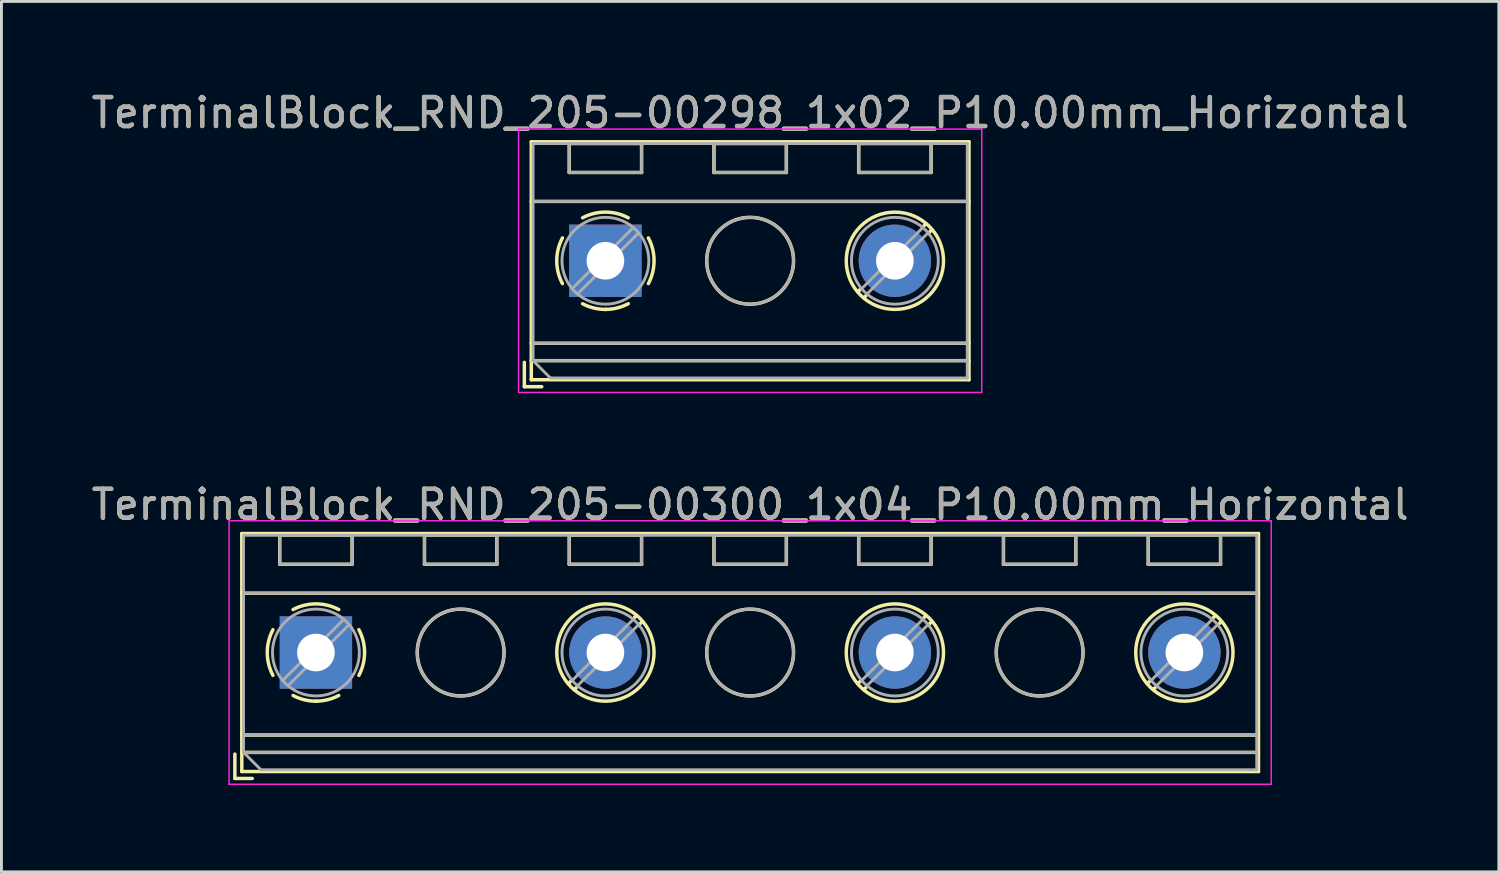
<source format=kicad_pcb>
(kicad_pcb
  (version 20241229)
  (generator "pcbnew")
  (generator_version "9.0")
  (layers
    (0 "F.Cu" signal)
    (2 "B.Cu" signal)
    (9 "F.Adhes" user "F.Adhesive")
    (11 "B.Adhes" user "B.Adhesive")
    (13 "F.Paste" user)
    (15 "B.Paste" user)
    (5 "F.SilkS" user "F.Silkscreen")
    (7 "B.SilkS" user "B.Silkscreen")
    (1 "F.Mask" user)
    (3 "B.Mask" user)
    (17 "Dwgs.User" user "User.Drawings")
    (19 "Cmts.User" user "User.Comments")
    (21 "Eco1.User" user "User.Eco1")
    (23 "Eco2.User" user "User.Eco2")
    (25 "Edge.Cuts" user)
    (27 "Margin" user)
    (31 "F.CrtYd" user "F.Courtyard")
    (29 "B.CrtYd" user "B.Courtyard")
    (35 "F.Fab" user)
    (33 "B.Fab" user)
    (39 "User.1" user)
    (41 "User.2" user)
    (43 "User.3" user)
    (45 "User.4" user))
  (footprint "TerminalBlock_RND_205-00298_1x02_P10.00mm_Horizontal"
    (layer "F.Cu")
    (at 17.863 5.958)
    (property "Reference" "TerminalBlock_RND_205-00298_1x02_P10.00mm_Horizontal" (at 5 -5.11 0) (layer "F.SilkS") (effects (font (size 1 1) (thickness 0.15))))
    (attr through_hole)
    (fp_line (start -2.8 3.51) (end -2.8 4.35) (stroke (width 0.12) (type solid)) (layer "F.SilkS"))
    (fp_line (start -2.8 4.35) (end -2.2 4.35) (stroke (width 0.12) (type solid)) (layer "F.SilkS"))
    (fp_line (start -2.56 -4.11) (end -2.56 4.11) (stroke (width 0.12) (type solid)) (layer "F.SilkS"))
    (fp_line (start -2.56 -4.11) (end 12.56 -4.11) (stroke (width 0.12) (type solid)) (layer "F.SilkS"))
    (fp_line (start -2.56 -2.05) (end 12.56 -2.05) (stroke (width 0.12) (type solid)) (layer "F.SilkS"))
    (fp_line (start -2.56 2.85) (end 12.56 2.85) (stroke (width 0.12) (type solid)) (layer "F.SilkS"))
    (fp_line (start -2.56 3.45) (end 12.56 3.45) (stroke (width 0.12) (type solid)) (layer "F.SilkS"))
    (fp_line (start -2.56 4.11) (end 12.56 4.11) (stroke (width 0.12) (type solid)) (layer "F.SilkS"))
    (fp_line (start -1.25 -4.05) (end -1.25 -3.05) (stroke (width 0.12) (type solid)) (layer "F.SilkS"))
    (fp_line (start -1.25 -4.05) (end 1.25 -4.05) (stroke (width 0.12) (type solid)) (layer "F.SilkS"))
    (fp_line (start -1.25 -3.05) (end 1.25 -3.05) (stroke (width 0.12) (type solid)) (layer "F.SilkS"))
    (fp_line (start 1.25 -4.05) (end 1.25 -3.05) (stroke (width 0.12) (type solid)) (layer "F.SilkS"))
    (fp_line (start 3.75 -4.05) (end 3.75 -3.05) (stroke (width 0.12) (type solid)) (layer "F.SilkS"))
    (fp_line (start 3.75 -4.05) (end 6.25 -4.05) (stroke (width 0.12) (type solid)) (layer "F.SilkS"))
    (fp_line (start 3.75 -3.05) (end 6.25 -3.05) (stroke (width 0.12) (type solid)) (layer "F.SilkS"))
    (fp_line (start 6.25 -4.05) (end 6.25 -3.05) (stroke (width 0.12) (type solid)) (layer "F.SilkS"))
    (fp_line (start 8.75 -4.05) (end 8.75 -3.05) (stroke (width 0.12) (type solid)) (layer "F.SilkS"))
    (fp_line (start 8.75 -4.05) (end 11.25 -4.05) (stroke (width 0.12) (type solid)) (layer "F.SilkS"))
    (fp_line (start 8.75 -3.05) (end 11.25 -3.05) (stroke (width 0.12) (type solid)) (layer "F.SilkS"))
    (fp_line (start 8.82 0.976) (end 8.726 1.069) (stroke (width 0.12) (type solid)) (layer "F.SilkS"))
    (fp_line (start 8.99 1.216) (end 8.931 1.274) (stroke (width 0.12) (type solid)) (layer "F.SilkS"))
    (fp_line (start 11.07 -1.275) (end 11.011 -1.216) (stroke (width 0.12) (type solid)) (layer "F.SilkS"))
    (fp_line (start 11.25 -4.05) (end 11.25 -3.05) (stroke (width 0.12) (type solid)) (layer "F.SilkS"))
    (fp_line (start 11.275 -1.069) (end 11.181 -0.976) (stroke (width 0.12) (type solid)) (layer "F.SilkS"))
    (fp_line (start 12.56 -4.11) (end 12.56 4.11) (stroke (width 0.12) (type solid)) (layer "F.SilkS"))
    (fp_arc (start -1.483953 0.789089) (mid -1.680708 0.00005) (end -1.484 -0.789) (stroke (width 0.12) (type solid)) (layer "F.SilkS"))
    (fp_arc (start -0.789089 -1.483953) (mid -0.00005 -1.680708) (end 0.789 -1.484) (stroke (width 0.12) (type solid)) (layer "F.SilkS"))
    (fp_arc (start 0.029383 1.68045) (mid -0.392304 1.634281) (end -0.789 1.484) (stroke (width 0.12) (type solid)) (layer "F.SilkS"))
    (fp_arc (start 0.788712 1.483352) (mid 0.406429 1.630097) (end 0 1.68) (stroke (width 0.12) (type solid)) (layer "F.SilkS"))
    (fp_arc (start 1.483953 -0.789089) (mid 1.680708 -0.00005) (end 1.484 0.789) (stroke (width 0.12) (type solid)) (layer "F.SilkS"))
    (fp_circle (center 5 0) (end 6.5 0) (stroke (width 0.12) (type solid)) (fill no) (layer "F.SilkS"))
    (fp_circle (center 10 0) (end 11.68 0) (stroke (width 0.12) (type solid)) (fill no) (layer "F.SilkS"))
    (fp_line (start -3 -4.55) (end -3 4.55) (stroke (width 0.05) (type solid)) (layer "F.CrtYd"))
    (fp_line (start -3 4.55) (end 13 4.55) (stroke (width 0.05) (type solid)) (layer "F.CrtYd"))
    (fp_line (start 13 -4.55) (end -3 -4.55) (stroke (width 0.05) (type solid)) (layer "F.CrtYd"))
    (fp_line (start 13 4.55) (end 13 -4.55) (stroke (width 0.05) (type solid)) (layer "F.CrtYd"))
    (fp_line (start -2.5 -4.05) (end 12.5 -4.05) (stroke (width 0.1) (type solid)) (layer "F.Fab"))
    (fp_line (start -2.5 -2.05) (end 12.5 -2.05) (stroke (width 0.1) (type solid)) (layer "F.Fab"))
    (fp_line (start -2.5 2.85) (end 12.5 2.85) (stroke (width 0.1) (type solid)) (layer "F.Fab"))
    (fp_line (start -2.5 3.45) (end -2.5 -4.05) (stroke (width 0.1) (type solid)) (layer "F.Fab"))
    (fp_line (start -2.5 3.45) (end 12.5 3.45) (stroke (width 0.1) (type solid)) (layer "F.Fab"))
    (fp_line (start -1.9 4.05) (end -2.5 3.45) (stroke (width 0.1) (type solid)) (layer "F.Fab"))
    (fp_line (start -1.25 -4.05) (end -1.25 -3.05) (stroke (width 0.1) (type solid)) (layer "F.Fab"))
    (fp_line (start -1.25 -3.05) (end 1.25 -3.05) (stroke (width 0.1) (type solid)) (layer "F.Fab"))
    (fp_line (start 0.955 -1.138) (end -1.138 0.955) (stroke (width 0.1) (type solid)) (layer "F.Fab"))
    (fp_line (start 1.138 -0.955) (end -0.955 1.138) (stroke (width 0.1) (type solid)) (layer "F.Fab"))
    (fp_line (start 1.25 -4.05) (end -1.25 -4.05) (stroke (width 0.1) (type solid)) (layer "F.Fab"))
    (fp_line (start 1.25 -3.05) (end 1.25 -4.05) (stroke (width 0.1) (type solid)) (layer "F.Fab"))
    (fp_line (start 3.75 -4.05) (end 3.75 -3.05) (stroke (width 0.1) (type solid)) (layer "F.Fab"))
    (fp_line (start 3.75 -3.05) (end 6.25 -3.05) (stroke (width 0.1) (type solid)) (layer "F.Fab"))
    (fp_line (start 6.25 -4.05) (end 3.75 -4.05) (stroke (width 0.1) (type solid)) (layer "F.Fab"))
    (fp_line (start 6.25 -3.05) (end 6.25 -4.05) (stroke (width 0.1) (type solid)) (layer "F.Fab"))
    (fp_line (start 8.75 -4.05) (end 8.75 -3.05) (stroke (width 0.1) (type solid)) (layer "F.Fab"))
    (fp_line (start 8.75 -3.05) (end 11.25 -3.05) (stroke (width 0.1) (type solid)) (layer "F.Fab"))
    (fp_line (start 10.955 -1.138) (end 8.863 0.955) (stroke (width 0.1) (type solid)) (layer "F.Fab"))
    (fp_line (start 11.138 -0.955) (end 9.046 1.138) (stroke (width 0.1) (type solid)) (layer "F.Fab"))
    (fp_line (start 11.25 -4.05) (end 8.75 -4.05) (stroke (width 0.1) (type solid)) (layer "F.Fab"))
    (fp_line (start 11.25 -3.05) (end 11.25 -4.05) (stroke (width 0.1) (type solid)) (layer "F.Fab"))
    (fp_line (start 12.5 -4.05) (end 12.5 4.05) (stroke (width 0.1) (type solid)) (layer "F.Fab"))
    (fp_line (start 12.5 4.05) (end -1.9 4.05) (stroke (width 0.1) (type solid)) (layer "F.Fab"))
    (fp_circle (center 0 0) (end 1.5 0) (stroke (width 0.1) (type solid)) (fill no) (layer "F.Fab"))
    (fp_circle (center 5 0) (end 6.5 0) (stroke (width 0.1) (type solid)) (fill no) (layer "F.Fab"))
    (fp_circle (center 10 0) (end 11.5 0) (stroke (width 0.1) (type solid)) (fill no) (layer "F.Fab"))
    (fp_text user "${REFERENCE}" (at 5 -5.11 0) (layer "F.Fab") (effects (font (size 1 1) (thickness 0.15))))
    (pad "1" thru_hole rect (at 0 0) (size 2.5 2.5) (drill 1.3) (layers "*.Cu" "*.Mask"))
    (pad "2" thru_hole circle (at 10 0) (size 2.5 2.5) (drill 1.3) (layers "*.Cu" "*.Mask")))
  (footprint "TerminalBlock_RND_205-00300_1x04_P10.00mm_Horizontal"
    (layer "F.Cu")
    (at 7.863 19.491)
    (property "Reference" "TerminalBlock_RND_205-00300_1x04_P10.00mm_Horizontal" (at 15 -5.11 0) (layer "F.SilkS") (effects (font (size 1 1) (thickness 0.15))))
    (attr through_hole)
    (fp_line (start -2.8 3.51) (end -2.8 4.35) (stroke (width 0.12) (type solid)) (layer "F.SilkS"))
    (fp_line (start -2.8 4.35) (end -2.2 4.35) (stroke (width 0.12) (type solid)) (layer "F.SilkS"))
    (fp_line (start -2.56 -4.11) (end -2.56 4.11) (stroke (width 0.12) (type solid)) (layer "F.SilkS"))
    (fp_line (start -2.56 -4.11) (end 32.56 -4.11) (stroke (width 0.12) (type solid)) (layer "F.SilkS"))
    (fp_line (start -2.56 -2.05) (end 32.56 -2.05) (stroke (width 0.12) (type solid)) (layer "F.SilkS"))
    (fp_line (start -2.56 2.85) (end 32.56 2.85) (stroke (width 0.12) (type solid)) (layer "F.SilkS"))
    (fp_line (start -2.56 3.45) (end 32.56 3.45) (stroke (width 0.12) (type solid)) (layer "F.SilkS"))
    (fp_line (start -2.56 4.11) (end 32.56 4.11) (stroke (width 0.12) (type solid)) (layer "F.SilkS"))
    (fp_line (start -1.25 -4.05) (end -1.25 -3.05) (stroke (width 0.12) (type solid)) (layer "F.SilkS"))
    (fp_line (start -1.25 -4.05) (end 1.25 -4.05) (stroke (width 0.12) (type solid)) (layer "F.SilkS"))
    (fp_line (start -1.25 -3.05) (end 1.25 -3.05) (stroke (width 0.12) (type solid)) (layer "F.SilkS"))
    (fp_line (start 1.25 -4.05) (end 1.25 -3.05) (stroke (width 0.12) (type solid)) (layer "F.SilkS"))
    (fp_line (start 3.75 -4.05) (end 3.75 -3.05) (stroke (width 0.12) (type solid)) (layer "F.SilkS"))
    (fp_line (start 3.75 -4.05) (end 6.25 -4.05) (stroke (width 0.12) (type solid)) (layer "F.SilkS"))
    (fp_line (start 3.75 -3.05) (end 6.25 -3.05) (stroke (width 0.12) (type solid)) (layer "F.SilkS"))
    (fp_line (start 6.25 -4.05) (end 6.25 -3.05) (stroke (width 0.12) (type solid)) (layer "F.SilkS"))
    (fp_line (start 8.75 -4.05) (end 8.75 -3.05) (stroke (width 0.12) (type solid)) (layer "F.SilkS"))
    (fp_line (start 8.75 -4.05) (end 11.25 -4.05) (stroke (width 0.12) (type solid)) (layer "F.SilkS"))
    (fp_line (start 8.75 -3.05) (end 11.25 -3.05) (stroke (width 0.12) (type solid)) (layer "F.SilkS"))
    (fp_line (start 8.82 0.976) (end 8.726 1.069) (stroke (width 0.12) (type solid)) (layer "F.SilkS"))
    (fp_line (start 8.99 1.216) (end 8.931 1.274) (stroke (width 0.12) (type solid)) (layer "F.SilkS"))
    (fp_line (start 11.07 -1.275) (end 11.011 -1.216) (stroke (width 0.12) (type solid)) (layer "F.SilkS"))
    (fp_line (start 11.25 -4.05) (end 11.25 -3.05) (stroke (width 0.12) (type solid)) (layer "F.SilkS"))
    (fp_line (start 11.275 -1.069) (end 11.181 -0.976) (stroke (width 0.12) (type solid)) (layer "F.SilkS"))
    (fp_line (start 13.75 -4.05) (end 13.75 -3.05) (stroke (width 0.12) (type solid)) (layer "F.SilkS"))
    (fp_line (start 13.75 -4.05) (end 16.25 -4.05) (stroke (width 0.12) (type solid)) (layer "F.SilkS"))
    (fp_line (start 13.75 -3.05) (end 16.25 -3.05) (stroke (width 0.12) (type solid)) (layer "F.SilkS"))
    (fp_line (start 16.25 -4.05) (end 16.25 -3.05) (stroke (width 0.12) (type solid)) (layer "F.SilkS"))
    (fp_line (start 18.75 -4.05) (end 18.75 -3.05) (stroke (width 0.12) (type solid)) (layer "F.SilkS"))
    (fp_line (start 18.75 -4.05) (end 21.25 -4.05) (stroke (width 0.12) (type solid)) (layer "F.SilkS"))
    (fp_line (start 18.75 -3.05) (end 21.25 -3.05) (stroke (width 0.12) (type solid)) (layer "F.SilkS"))
    (fp_line (start 18.82 0.976) (end 18.726 1.069) (stroke (width 0.12) (type solid)) (layer "F.SilkS"))
    (fp_line (start 18.99 1.216) (end 18.931 1.274) (stroke (width 0.12) (type solid)) (layer "F.SilkS"))
    (fp_line (start 21.07 -1.275) (end 21.011 -1.216) (stroke (width 0.12) (type solid)) (layer "F.SilkS"))
    (fp_line (start 21.25 -4.05) (end 21.25 -3.05) (stroke (width 0.12) (type solid)) (layer "F.SilkS"))
    (fp_line (start 21.275 -1.069) (end 21.181 -0.976) (stroke (width 0.12) (type solid)) (layer "F.SilkS"))
    (fp_line (start 23.75 -4.05) (end 23.75 -3.05) (stroke (width 0.12) (type solid)) (layer "F.SilkS"))
    (fp_line (start 23.75 -4.05) (end 26.25 -4.05) (stroke (width 0.12) (type solid)) (layer "F.SilkS"))
    (fp_line (start 23.75 -3.05) (end 26.25 -3.05) (stroke (width 0.12) (type solid)) (layer "F.SilkS"))
    (fp_line (start 26.25 -4.05) (end 26.25 -3.05) (stroke (width 0.12) (type solid)) (layer "F.SilkS"))
    (fp_line (start 28.75 -4.05) (end 28.75 -3.05) (stroke (width 0.12) (type solid)) (layer "F.SilkS"))
    (fp_line (start 28.75 -4.05) (end 31.25 -4.05) (stroke (width 0.12) (type solid)) (layer "F.SilkS"))
    (fp_line (start 28.75 -3.05) (end 31.25 -3.05) (stroke (width 0.12) (type solid)) (layer "F.SilkS"))
    (fp_line (start 28.82 0.976) (end 28.726 1.069) (stroke (width 0.12) (type solid)) (layer "F.SilkS"))
    (fp_line (start 28.99 1.216) (end 28.931 1.274) (stroke (width 0.12) (type solid)) (layer "F.SilkS"))
    (fp_line (start 31.07 -1.275) (end 31.011 -1.216) (stroke (width 0.12) (type solid)) (layer "F.SilkS"))
    (fp_line (start 31.25 -4.05) (end 31.25 -3.05) (stroke (width 0.12) (type solid)) (layer "F.SilkS"))
    (fp_line (start 31.275 -1.069) (end 31.181 -0.976) (stroke (width 0.12) (type solid)) (layer "F.SilkS"))
    (fp_line (start 32.56 -4.11) (end 32.56 4.11) (stroke (width 0.12) (type solid)) (layer "F.SilkS"))
    (fp_arc (start -1.483953 0.789089) (mid -1.680708 0.00005) (end -1.484 -0.789) (stroke (width 0.12) (type solid)) (layer "F.SilkS"))
    (fp_arc (start -0.789089 -1.483953) (mid -0.00005 -1.680708) (end 0.789 -1.484) (stroke (width 0.12) (type solid)) (layer "F.SilkS"))
    (fp_arc (start 0.029383 1.68045) (mid -0.392304 1.634281) (end -0.789 1.484) (stroke (width 0.12) (type solid)) (layer "F.SilkS"))
    (fp_arc (start 0.788712 1.483352) (mid 0.406429 1.630097) (end 0 1.68) (stroke (width 0.12) (type solid)) (layer "F.SilkS"))
    (fp_arc (start 1.483953 -0.789089) (mid 1.680708 -0.00005) (end 1.484 0.789) (stroke (width 0.12) (type solid)) (layer "F.SilkS"))
    (fp_circle (center 5 0) (end 6.5 0) (stroke (width 0.12) (type solid)) (fill no) (layer "F.SilkS"))
    (fp_circle (center 10 0) (end 11.68 0) (stroke (width 0.12) (type solid)) (fill no) (layer "F.SilkS"))
    (fp_circle (center 15 0) (end 16.5 0) (stroke (width 0.12) (type solid)) (fill no) (layer "F.SilkS"))
    (fp_circle (center 20 0) (end 21.68 0) (stroke (width 0.12) (type solid)) (fill no) (layer "F.SilkS"))
    (fp_circle (center 25 0) (end 26.5 0) (stroke (width 0.12) (type solid)) (fill no) (layer "F.SilkS"))
    (fp_circle (center 30 0) (end 31.68 0) (stroke (width 0.12) (type solid)) (fill no) (layer "F.SilkS"))
    (fp_line (start -3 -4.55) (end -3 4.55) (stroke (width 0.05) (type solid)) (layer "F.CrtYd"))
    (fp_line (start -3 4.55) (end 33 4.55) (stroke (width 0.05) (type solid)) (layer "F.CrtYd"))
    (fp_line (start 33 -4.55) (end -3 -4.55) (stroke (width 0.05) (type solid)) (layer "F.CrtYd"))
    (fp_line (start 33 4.55) (end 33 -4.55) (stroke (width 0.05) (type solid)) (layer "F.CrtYd"))
    (fp_line (start -2.5 -4.05) (end 32.5 -4.05) (stroke (width 0.1) (type solid)) (layer "F.Fab"))
    (fp_line (start -2.5 -2.05) (end 32.5 -2.05) (stroke (width 0.1) (type solid)) (layer "F.Fab"))
    (fp_line (start -2.5 2.85) (end 32.5 2.85) (stroke (width 0.1) (type solid)) (layer "F.Fab"))
    (fp_line (start -2.5 3.45) (end -2.5 -4.05) (stroke (width 0.1) (type solid)) (layer "F.Fab"))
    (fp_line (start -2.5 3.45) (end 32.5 3.45) (stroke (width 0.1) (type solid)) (layer "F.Fab"))
    (fp_line (start -1.9 4.05) (end -2.5 3.45) (stroke (width 0.1) (type solid)) (layer "F.Fab"))
    (fp_line (start -1.25 -4.05) (end -1.25 -3.05) (stroke (width 0.1) (type solid)) (layer "F.Fab"))
    (fp_line (start -1.25 -3.05) (end 1.25 -3.05) (stroke (width 0.1) (type solid)) (layer "F.Fab"))
    (fp_line (start 0.955 -1.138) (end -1.138 0.955) (stroke (width 0.1) (type solid)) (layer "F.Fab"))
    (fp_line (start 1.138 -0.955) (end -0.955 1.138) (stroke (width 0.1) (type solid)) (layer "F.Fab"))
    (fp_line (start 1.25 -4.05) (end -1.25 -4.05) (stroke (width 0.1) (type solid)) (layer "F.Fab"))
    (fp_line (start 1.25 -3.05) (end 1.25 -4.05) (stroke (width 0.1) (type solid)) (layer "F.Fab"))
    (fp_line (start 3.75 -4.05) (end 3.75 -3.05) (stroke (width 0.1) (type solid)) (layer "F.Fab"))
    (fp_line (start 3.75 -3.05) (end 6.25 -3.05) (stroke (width 0.1) (type solid)) (layer "F.Fab"))
    (fp_line (start 6.25 -4.05) (end 3.75 -4.05) (stroke (width 0.1) (type solid)) (layer "F.Fab"))
    (fp_line (start 6.25 -3.05) (end 6.25 -4.05) (stroke (width 0.1) (type solid)) (layer "F.Fab"))
    (fp_line (start 8.75 -4.05) (end 8.75 -3.05) (stroke (width 0.1) (type solid)) (layer "F.Fab"))
    (fp_line (start 8.75 -3.05) (end 11.25 -3.05) (stroke (width 0.1) (type solid)) (layer "F.Fab"))
    (fp_line (start 10.955 -1.138) (end 8.863 0.955) (stroke (width 0.1) (type solid)) (layer "F.Fab"))
    (fp_line (start 11.138 -0.955) (end 9.046 1.138) (stroke (width 0.1) (type solid)) (layer "F.Fab"))
    (fp_line (start 11.25 -4.05) (end 8.75 -4.05) (stroke (width 0.1) (type solid)) (layer "F.Fab"))
    (fp_line (start 11.25 -3.05) (end 11.25 -4.05) (stroke (width 0.1) (type solid)) (layer "F.Fab"))
    (fp_line (start 13.75 -4.05) (end 13.75 -3.05) (stroke (width 0.1) (type solid)) (layer "F.Fab"))
    (fp_line (start 13.75 -3.05) (end 16.25 -3.05) (stroke (width 0.1) (type solid)) (layer "F.Fab"))
    (fp_line (start 16.25 -4.05) (end 13.75 -4.05) (stroke (width 0.1) (type solid)) (layer "F.Fab"))
    (fp_line (start 16.25 -3.05) (end 16.25 -4.05) (stroke (width 0.1) (type solid)) (layer "F.Fab"))
    (fp_line (start 18.75 -4.05) (end 18.75 -3.05) (stroke (width 0.1) (type solid)) (layer "F.Fab"))
    (fp_line (start 18.75 -3.05) (end 21.25 -3.05) (stroke (width 0.1) (type solid)) (layer "F.Fab"))
    (fp_line (start 20.955 -1.138) (end 18.863 0.955) (stroke (width 0.1) (type solid)) (layer "F.Fab"))
    (fp_line (start 21.138 -0.955) (end 19.046 1.138) (stroke (width 0.1) (type solid)) (layer "F.Fab"))
    (fp_line (start 21.25 -4.05) (end 18.75 -4.05) (stroke (width 0.1) (type solid)) (layer "F.Fab"))
    (fp_line (start 21.25 -3.05) (end 21.25 -4.05) (stroke (width 0.1) (type solid)) (layer "F.Fab"))
    (fp_line (start 23.75 -4.05) (end 23.75 -3.05) (stroke (width 0.1) (type solid)) (layer "F.Fab"))
    (fp_line (start 23.75 -3.05) (end 26.25 -3.05) (stroke (width 0.1) (type solid)) (layer "F.Fab"))
    (fp_line (start 26.25 -4.05) (end 23.75 -4.05) (stroke (width 0.1) (type solid)) (layer "F.Fab"))
    (fp_line (start 26.25 -3.05) (end 26.25 -4.05) (stroke (width 0.1) (type solid)) (layer "F.Fab"))
    (fp_line (start 28.75 -4.05) (end 28.75 -3.05) (stroke (width 0.1) (type solid)) (layer "F.Fab"))
    (fp_line (start 28.75 -3.05) (end 31.25 -3.05) (stroke (width 0.1) (type solid)) (layer "F.Fab"))
    (fp_line (start 30.955 -1.138) (end 28.863 0.955) (stroke (width 0.1) (type solid)) (layer "F.Fab"))
    (fp_line (start 31.138 -0.955) (end 29.046 1.138) (stroke (width 0.1) (type solid)) (layer "F.Fab"))
    (fp_line (start 31.25 -4.05) (end 28.75 -4.05) (stroke (width 0.1) (type solid)) (layer "F.Fab"))
    (fp_line (start 31.25 -3.05) (end 31.25 -4.05) (stroke (width 0.1) (type solid)) (layer "F.Fab"))
    (fp_line (start 32.5 -4.05) (end 32.5 4.05) (stroke (width 0.1) (type solid)) (layer "F.Fab"))
    (fp_line (start 32.5 4.05) (end -1.9 4.05) (stroke (width 0.1) (type solid)) (layer "F.Fab"))
    (fp_circle (center 0 0) (end 1.5 0) (stroke (width 0.1) (type solid)) (fill no) (layer "F.Fab"))
    (fp_circle (center 5 0) (end 6.5 0) (stroke (width 0.1) (type solid)) (fill no) (layer "F.Fab"))
    (fp_circle (center 10 0) (end 11.5 0) (stroke (width 0.1) (type solid)) (fill no) (layer "F.Fab"))
    (fp_circle (center 15 0) (end 16.5 0) (stroke (width 0.1) (type solid)) (fill no) (layer "F.Fab"))
    (fp_circle (center 20 0) (end 21.5 0) (stroke (width 0.1) (type solid)) (fill no) (layer "F.Fab"))
    (fp_circle (center 25 0) (end 26.5 0) (stroke (width 0.1) (type solid)) (fill no) (layer "F.Fab"))
    (fp_circle (center 30 0) (end 31.5 0) (stroke (width 0.1) (type solid)) (fill no) (layer "F.Fab"))
    (fp_text user "${REFERENCE}" (at 15 -5.11 0) (layer "F.Fab") (effects (font (size 1 1) (thickness 0.15))))
    (pad "1" thru_hole rect (at 0 0) (size 2.5 2.5) (drill 1.3) (layers "*.Cu" "*.Mask"))
    (pad "2" thru_hole circle (at 10 0) (size 2.5 2.5) (drill 1.3) (layers "*.Cu" "*.Mask"))
    (pad "3" thru_hole circle (at 20 0) (size 2.5 2.5) (drill 1.3) (layers "*.Cu" "*.Mask"))
    (pad "4" thru_hole circle (at 30 0) (size 2.5 2.5) (drill 1.3) (layers "*.Cu" "*.Mask")))
  (gr_rect
    (start -3 -3)
    (end 48.726 27.067)
    (stroke (width 0.1) (type default))
    (fill no)
    (layer "Edge.Cuts")))
</source>
